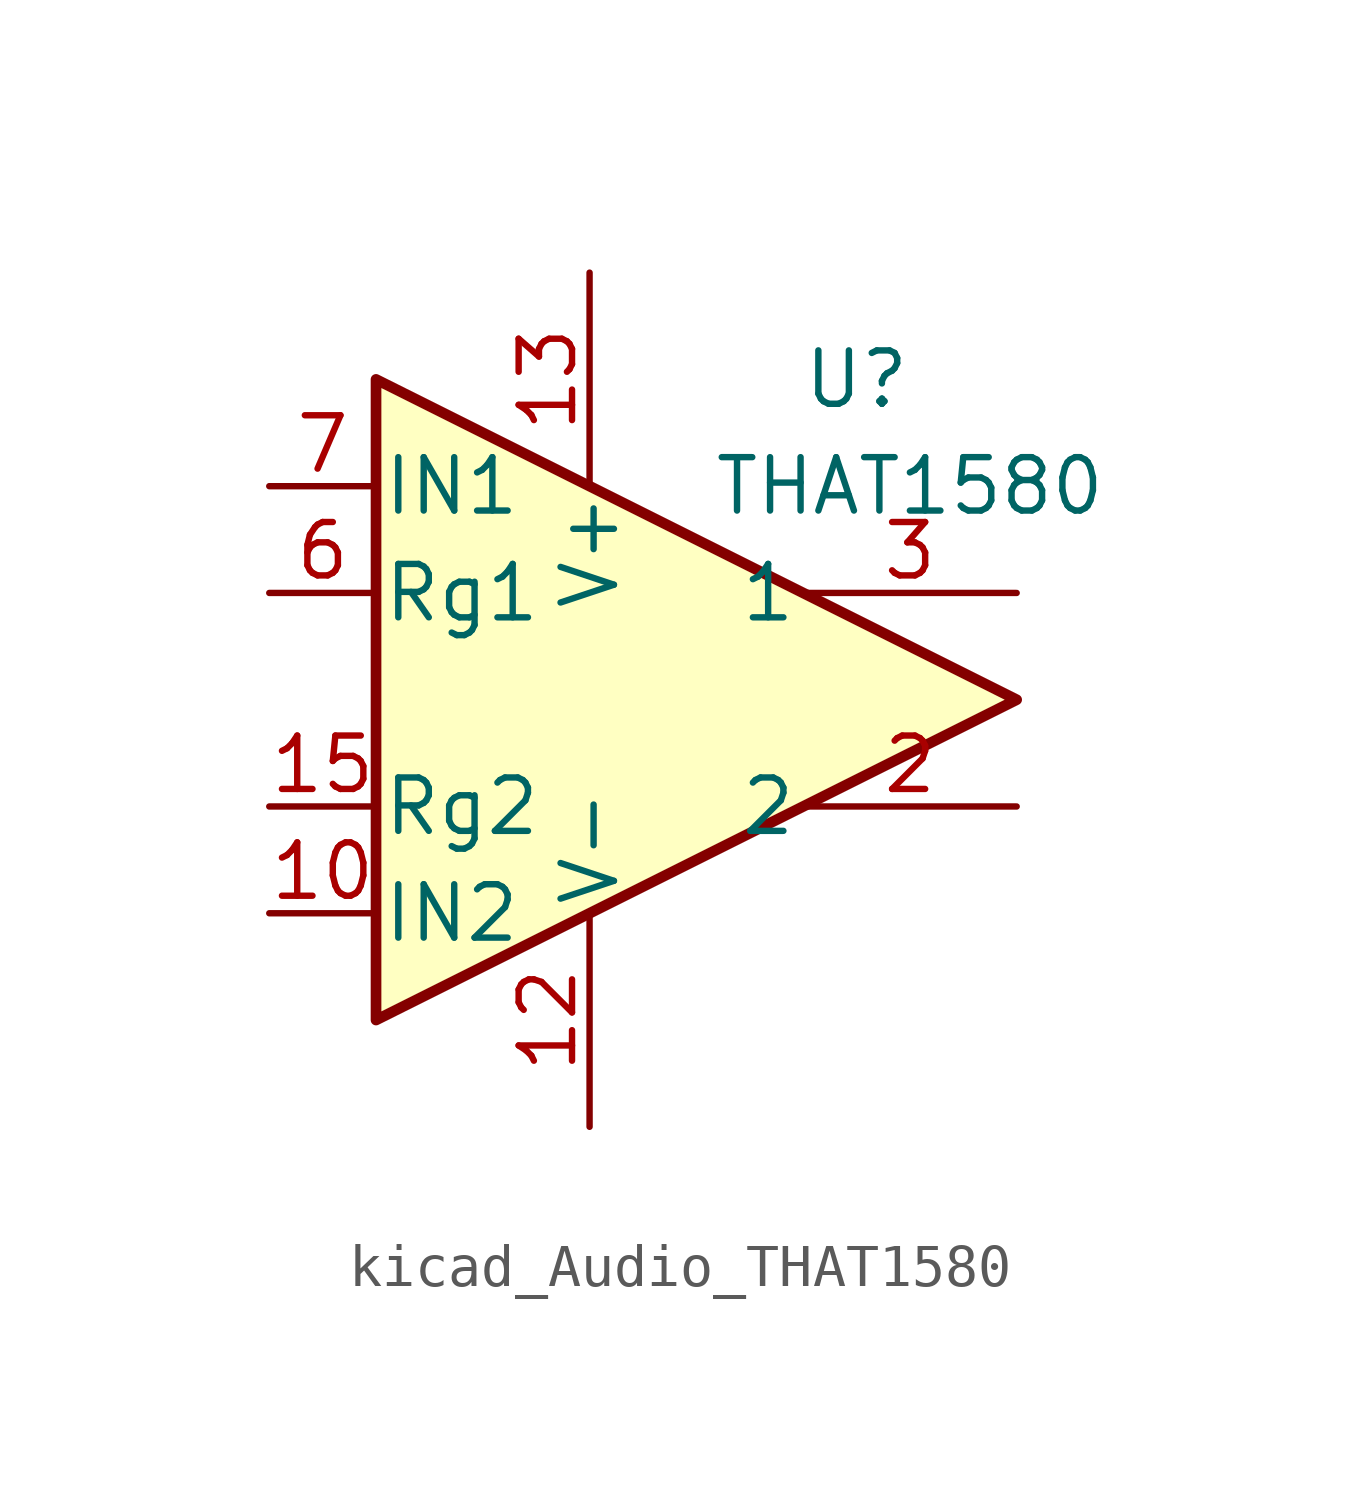
<source format=kicad_sym>
(kicad_symbol_lib
  (version 20220914)
  (generator kicad_symbol_editor)
  (symbol "kicad_Audio_THAT1580"
    (pin_names
      (offset 0.127))
    (property "Reference" "U"
      (at 3.81 7.62 0)
      (effects (font (size 1.27 1.27))))
    (property "Value" "THAT1580"
      (at 5.08 5.08 0)
      (effects (font (size 1.27 1.27))))
    (symbol "kicad_Audio_THAT1580_0_1"
      (polyline (pts (xy -7.62 7.62) (xy -7.62 -7.62) (xy 7.62 0) (xy -7.62 7.62)) (stroke (width 0.254) (type default)) (fill (type background))))
    (symbol "kicad_Audio_THAT1580_1_1"
      (pin input line (at -10.16 -5.08 0) (length 2.54) (name "IN2" (effects (font (size 1.27 1.27)))) (number "10" (effects (font (size 1.27 1.27)))))
      (pin power_in line (at -2.54 -10.16 90) (length 5.08) (name "V-" (effects (font (size 1.27 1.27)))) (number "12" (effects (font (size 1.27 1.27)))))
      (pin power_in line (at -2.54 10.16 270) (length 5.08) (name "V+" (effects (font (size 1.27 1.27)))) (number "13" (effects (font (size 1.27 1.27)))))
      (pin passive line (at -10.16 -2.54 0) (length 2.54) (name "Rg2" (effects (font (size 1.27 1.27)))) (number "15" (effects (font (size 1.27 1.27)))))
      (pin passive line (at -2.54 -10.16 90) (length 5.08) hide (name "V-" (effects (font (size 1.27 1.27)))) (number "17" (effects (font (size 1.27 1.27)))))
      (pin output line (at 7.62 -2.54 180) (length 5.08) (name "2" (effects (font (size 1.27 1.27)))) (number "2" (effects (font (size 1.27 1.27)))))
      (pin output line (at 7.62 2.54 180) (length 5.08) (name "1" (effects (font (size 1.27 1.27)))) (number "3" (effects (font (size 1.27 1.27)))))
      (pin passive line (at -10.16 2.54 0) (length 2.54) (name "Rg1" (effects (font (size 1.27 1.27)))) (number "6" (effects (font (size 1.27 1.27)))))
      (pin input line (at -10.16 5.08 0) (length 2.54) (name "IN1" (effects (font (size 1.27 1.27)))) (number "7" (effects (font (size 1.27 1.27))))))))
</source>
